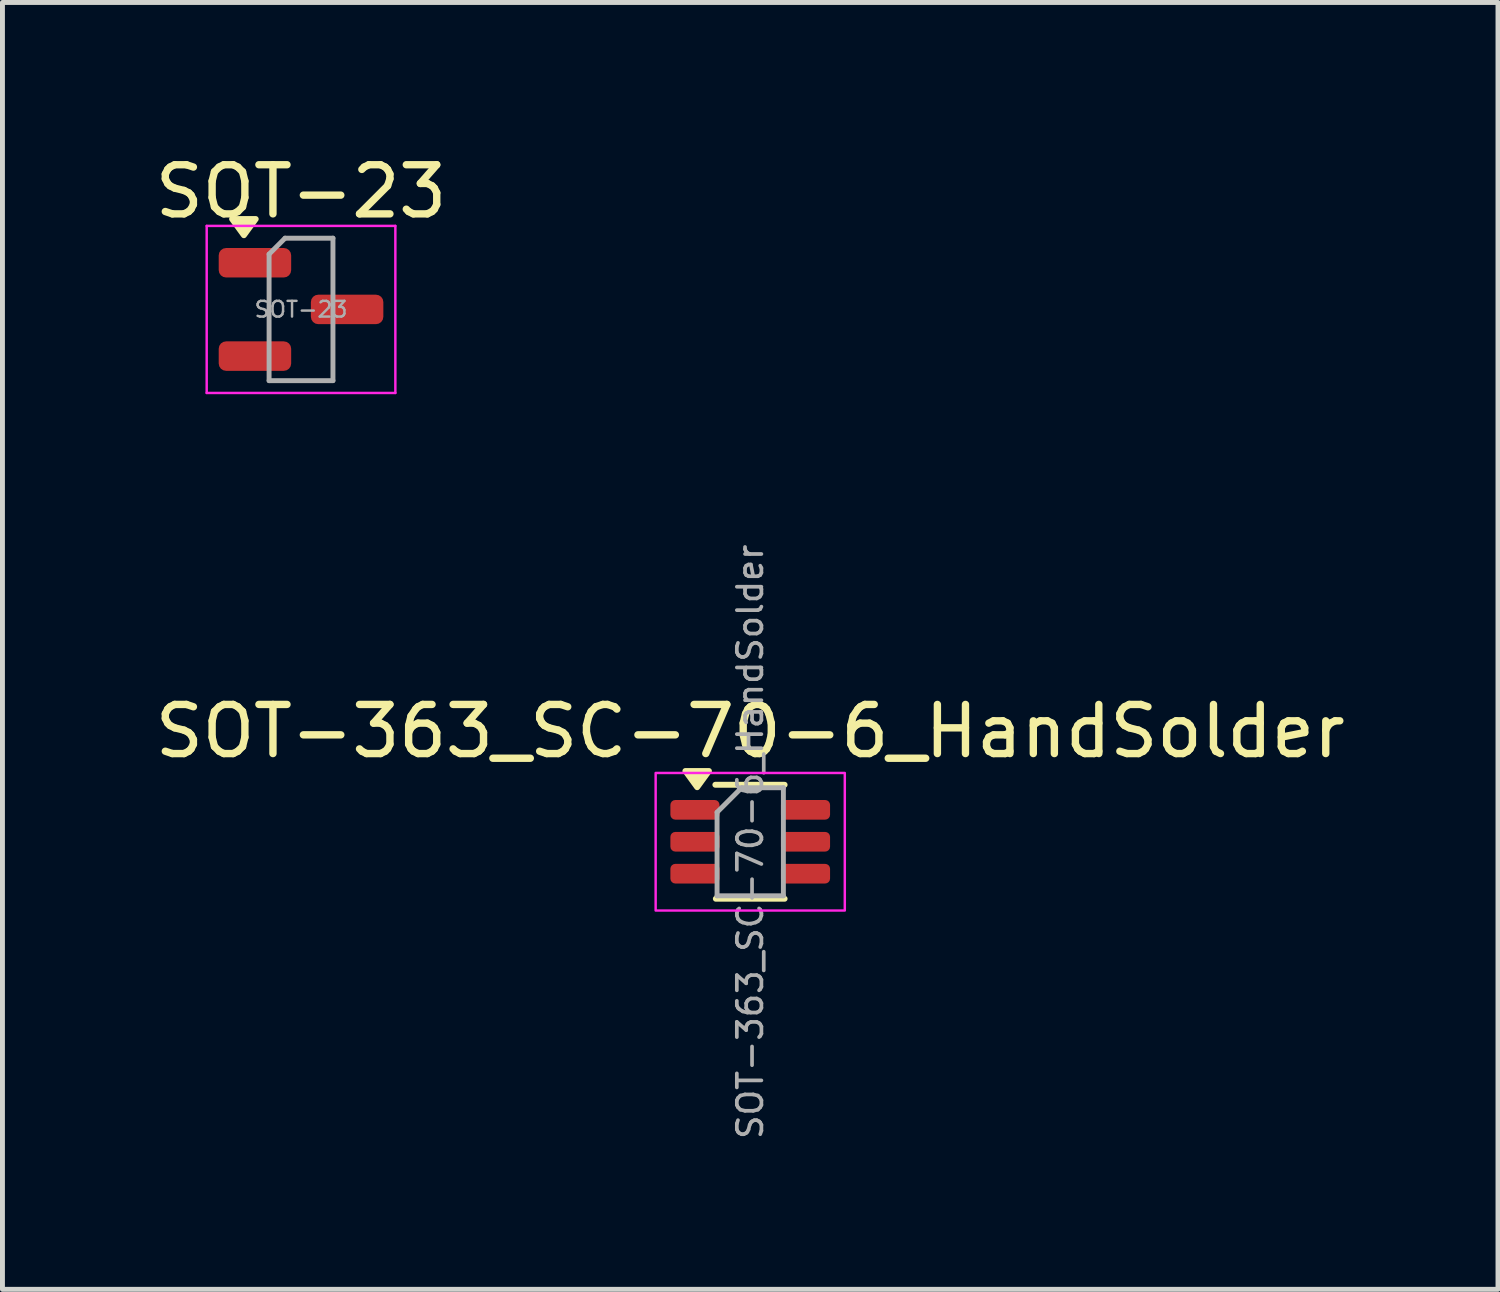
<source format=kicad_pcb>
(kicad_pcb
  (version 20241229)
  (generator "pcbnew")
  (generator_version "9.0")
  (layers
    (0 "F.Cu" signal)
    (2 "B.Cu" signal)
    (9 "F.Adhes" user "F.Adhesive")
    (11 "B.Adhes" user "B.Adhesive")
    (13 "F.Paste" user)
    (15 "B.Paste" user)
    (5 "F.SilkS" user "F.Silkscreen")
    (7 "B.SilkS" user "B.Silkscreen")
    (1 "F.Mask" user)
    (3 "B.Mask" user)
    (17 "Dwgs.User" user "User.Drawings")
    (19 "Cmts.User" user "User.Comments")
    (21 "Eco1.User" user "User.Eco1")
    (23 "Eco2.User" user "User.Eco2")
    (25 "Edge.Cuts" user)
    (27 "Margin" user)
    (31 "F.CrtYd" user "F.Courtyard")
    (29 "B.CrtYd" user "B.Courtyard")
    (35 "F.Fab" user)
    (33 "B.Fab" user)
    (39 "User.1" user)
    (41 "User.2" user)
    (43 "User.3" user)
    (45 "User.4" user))
  (footprint "SOT-363_SC-70-6_HandSolder"
    (layer "F.Cu")
    (at 12.22 14.083)
    (property "Reference" "SOT-363_SC-70-6_HandSolder" (at 0 -2.25 0) (layer "F.SilkS") (effects (font (size 1 1) (thickness 0.15))))
    (attr smd)
    (fp_line (start -0.71 -1.16) (end 0.7 -1.16) (stroke (width 0.12) (type solid)) (layer "F.SilkS"))
    (fp_line (start -0.7 1.16) (end 0.7 1.16) (stroke (width 0.12) (type solid)) (layer "F.SilkS"))
    (fp_poly (pts (xy -1.08 -1.11) (xy -1.32 -1.44) (xy -0.84 -1.44) (xy -1.08 -1.11)) (stroke (width 0.12) (type solid)) (fill yes) (layer "F.SilkS"))
    (fp_rect (start -1.925 -1.4) (end 1.925 1.4) (stroke (width 0.05) (type default)) (fill no) (layer "F.CrtYd"))
    (fp_line (start -0.675 -0.6) (end -0.675 1.1) (stroke (width 0.1) (type solid)) (layer "F.Fab"))
    (fp_line (start -0.175 -1.1) (end -0.675 -0.6) (stroke (width 0.1) (type solid)) (layer "F.Fab"))
    (fp_line (start 0.675 -1.1) (end -0.175 -1.1) (stroke (width 0.1) (type solid)) (layer "F.Fab"))
    (fp_line (start 0.675 -1.1) (end 0.675 1.1) (stroke (width 0.1) (type solid)) (layer "F.Fab"))
    (fp_line (start 0.675 1.1) (end -0.675 1.1) (stroke (width 0.1) (type solid)) (layer "F.Fab"))
    (fp_text user "${REFERENCE}" (at 0 0 90) (layer "F.Fab") (effects (font (size 0.5 0.5) (thickness 0.075))))
    (pad "1" smd roundrect (at -1.125 -0.65) (size 1 0.4) (layers "F.Cu" "F.Mask" "F.Paste") (roundrect_rratio 0.25))
    (pad "2" smd roundrect (at -1.125 0) (size 1 0.4) (layers "F.Cu" "F.Mask" "F.Paste") (roundrect_rratio 0.25))
    (pad "3" smd roundrect (at -1.125 0.65) (size 1 0.4) (layers "F.Cu" "F.Mask" "F.Paste") (roundrect_rratio 0.25))
    (pad "4" smd roundrect (at 1.125 0.65) (size 1 0.4) (layers "F.Cu" "F.Mask" "F.Paste") (roundrect_rratio 0.25))
    (pad "5" smd roundrect (at 1.125 0) (size 1 0.4) (layers "F.Cu" "F.Mask" "F.Paste") (roundrect_rratio 0.25))
    (pad "6" smd roundrect (at 1.125 -0.65) (size 1 0.4) (layers "F.Cu" "F.Mask" "F.Paste") (roundrect_rratio 0.25)))
  (footprint "SOT-23"
    (layer "F.Cu")
    (at 3.077 3.248)
    (property "Reference" "SOT-23" (at 0 -2.4 0) (layer "F.SilkS") (effects (font (size 1 1) (thickness 0.15))))
    (attr smd)
    (fp_poly (pts (xy -1.163 -1.51) (xy -1.403 -1.84) (xy -0.922 -1.84) (xy -1.163 -1.51)) (stroke (width 0.12) (type solid)) (fill yes) (layer "F.SilkS"))
    (fp_line (start -1.92 -1.7) (end -1.92 1.7) (stroke (width 0.05) (type solid)) (layer "F.CrtYd"))
    (fp_line (start -1.92 1.7) (end 1.92 1.7) (stroke (width 0.05) (type solid)) (layer "F.CrtYd"))
    (fp_line (start 1.92 -1.7) (end -1.92 -1.7) (stroke (width 0.05) (type solid)) (layer "F.CrtYd"))
    (fp_line (start 1.92 1.7) (end 1.92 -1.7) (stroke (width 0.05) (type solid)) (layer "F.CrtYd"))
    (fp_line (start -0.65 -1.125) (end -0.325 -1.45) (stroke (width 0.1) (type solid)) (layer "F.Fab"))
    (fp_line (start -0.65 1.45) (end -0.65 -1.125) (stroke (width 0.1) (type solid)) (layer "F.Fab"))
    (fp_line (start -0.325 -1.45) (end 0.65 -1.45) (stroke (width 0.1) (type solid)) (layer "F.Fab"))
    (fp_line (start 0.65 -1.45) (end 0.65 1.45) (stroke (width 0.1) (type solid)) (layer "F.Fab"))
    (fp_line (start 0.65 1.45) (end -0.65 1.45) (stroke (width 0.1) (type solid)) (layer "F.Fab"))
    (fp_text user "${REFERENCE}" (at 0 0 0) (layer "F.Fab") (effects (font (size 0.32 0.32) (thickness 0.05))))
    (pad "1" smd roundrect (at -0.938 -0.95) (size 1.475 0.6) (layers "F.Cu" "F.Mask" "F.Paste") (roundrect_rratio 0.25))
    (pad "2" smd roundrect (at -0.938 0.95) (size 1.475 0.6) (layers "F.Cu" "F.Mask" "F.Paste") (roundrect_rratio 0.25))
    (pad "3" smd roundrect (at 0.938 0) (size 1.475 0.6) (layers "F.Cu" "F.Mask" "F.Paste") (roundrect_rratio 0.25)))
  (gr_rect
    (start -3 -3)
    (end 27.44 23.193)
    (stroke (width 0.1) (type default))
    (fill no)
    (layer "Edge.Cuts")))
</source>
